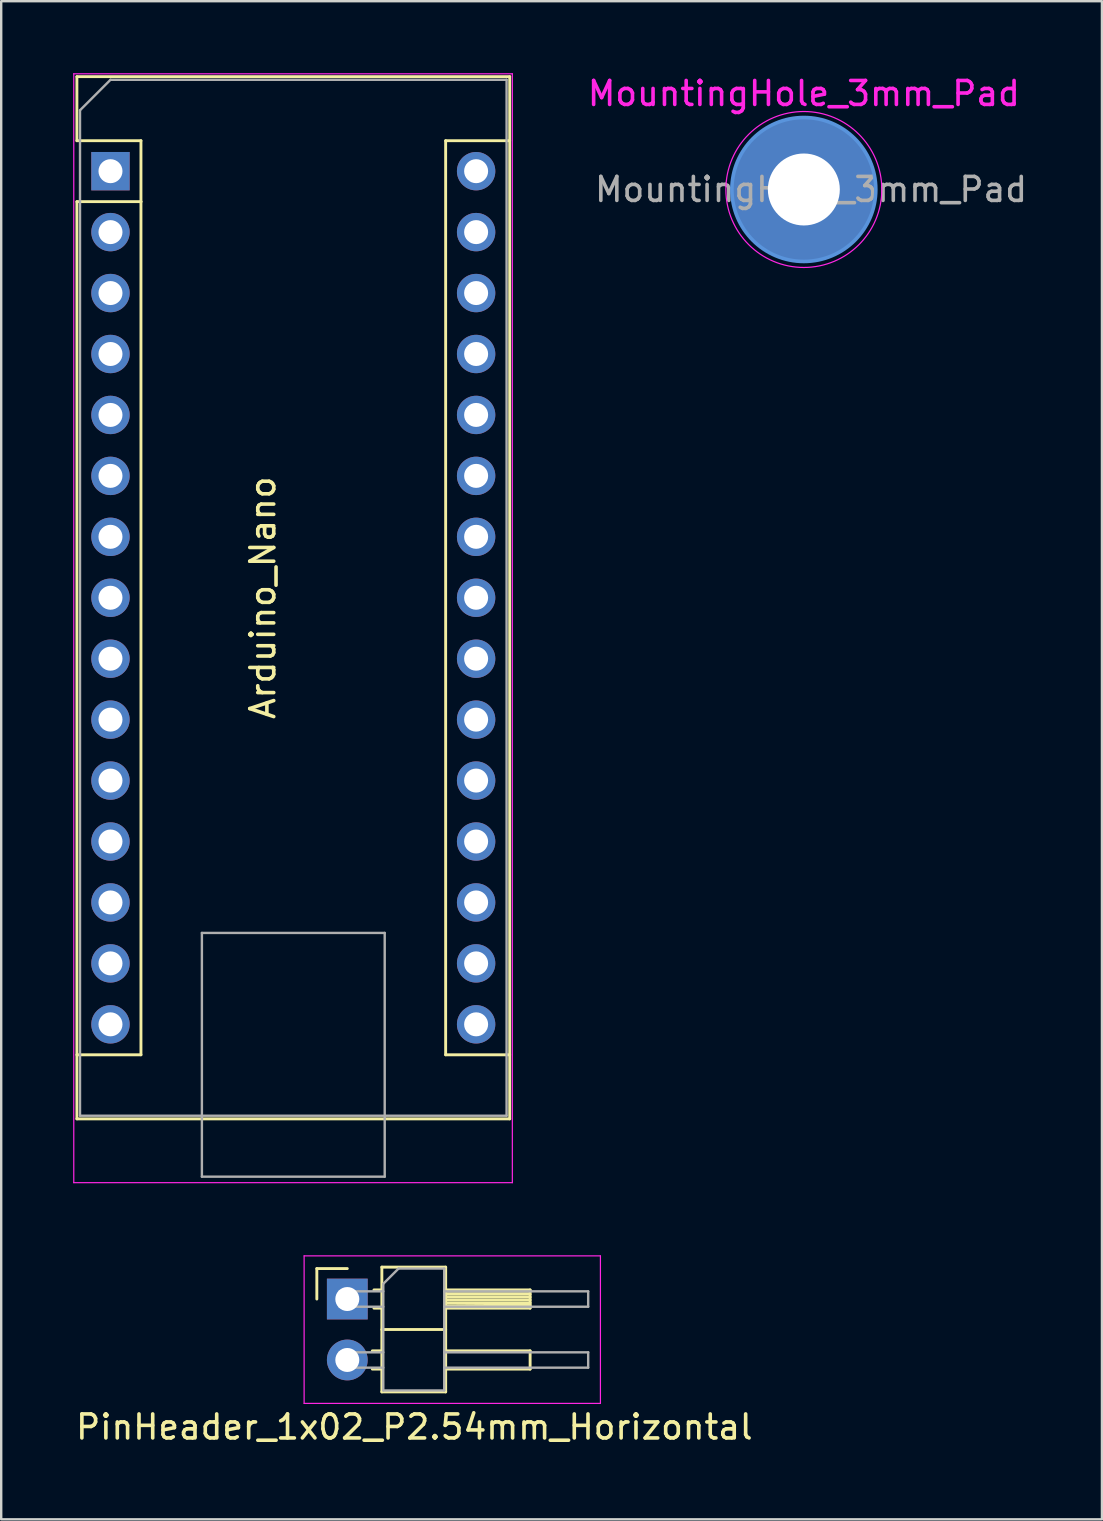
<source format=kicad_pcb>
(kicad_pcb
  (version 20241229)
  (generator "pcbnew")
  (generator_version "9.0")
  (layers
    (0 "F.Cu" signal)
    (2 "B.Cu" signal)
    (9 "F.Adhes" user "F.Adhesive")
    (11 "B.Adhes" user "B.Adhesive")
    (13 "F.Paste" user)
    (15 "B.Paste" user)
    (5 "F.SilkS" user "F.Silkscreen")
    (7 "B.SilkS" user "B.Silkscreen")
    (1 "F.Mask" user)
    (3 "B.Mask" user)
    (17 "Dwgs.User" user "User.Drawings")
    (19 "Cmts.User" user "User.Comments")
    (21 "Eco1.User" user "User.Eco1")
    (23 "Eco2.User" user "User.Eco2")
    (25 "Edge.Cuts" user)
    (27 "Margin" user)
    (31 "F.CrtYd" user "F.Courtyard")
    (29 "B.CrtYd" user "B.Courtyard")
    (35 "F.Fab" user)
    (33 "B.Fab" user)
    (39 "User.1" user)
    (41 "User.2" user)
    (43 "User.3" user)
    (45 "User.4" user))
  (footprint "PinHeader_1x02_P2.54mm_Horizontal"
    (layer "F.Cu")
    (at 11.426 51.095)
    (property "Reference" "PinHeader_1x02_P2.54mm_Horizontal" (at 2.794 5.334 180) (layer "F.SilkS") (effects (font (size 1 1) (thickness 0.15))))
    (attr through_hole)
    (fp_line (start -1.27 -1.27) (end 0 -1.27) (stroke (width 0.12) (type solid)) (layer "F.SilkS"))
    (fp_line (start -1.27 0) (end -1.27 -1.27) (stroke (width 0.12) (type solid)) (layer "F.SilkS"))
    (fp_line (start 1.043 2.16) (end 1.44 2.16) (stroke (width 0.12) (type solid)) (layer "F.SilkS"))
    (fp_line (start 1.043 2.92) (end 1.44 2.92) (stroke (width 0.12) (type solid)) (layer "F.SilkS"))
    (fp_line (start 1.11 -0.38) (end 1.44 -0.38) (stroke (width 0.12) (type solid)) (layer "F.SilkS"))
    (fp_line (start 1.11 0.38) (end 1.44 0.38) (stroke (width 0.12) (type solid)) (layer "F.SilkS"))
    (fp_line (start 1.44 -1.33) (end 1.44 3.87) (stroke (width 0.12) (type solid)) (layer "F.SilkS"))
    (fp_line (start 1.44 1.27) (end 4.1 1.27) (stroke (width 0.12) (type solid)) (layer "F.SilkS"))
    (fp_line (start 1.44 3.87) (end 4.1 3.87) (stroke (width 0.12) (type solid)) (layer "F.SilkS"))
    (fp_line (start 4.1 -1.33) (end 1.44 -1.33) (stroke (width 0.12) (type solid)) (layer "F.SilkS"))
    (fp_line (start 4.1 -0.38) (end 7.62 -0.38) (stroke (width 0.12) (type solid)) (layer "F.SilkS"))
    (fp_line (start 4.1 -0.32) (end 7.62 -0.32) (stroke (width 0.12) (type solid)) (layer "F.SilkS"))
    (fp_line (start 4.1 -0.2) (end 7.62 -0.2) (stroke (width 0.12) (type solid)) (layer "F.SilkS"))
    (fp_line (start 4.1 -0.08) (end 7.62 -0.08) (stroke (width 0.12) (type solid)) (layer "F.SilkS"))
    (fp_line (start 4.1 0.04) (end 7.62 0.04) (stroke (width 0.12) (type solid)) (layer "F.SilkS"))
    (fp_line (start 4.1 0.16) (end 7.62 0.16) (stroke (width 0.12) (type solid)) (layer "F.SilkS"))
    (fp_line (start 4.1 0.28) (end 7.62 0.254) (stroke (width 0.12) (type solid)) (layer "F.SilkS"))
    (fp_line (start 4.1 2.16) (end 7.62 2.16) (stroke (width 0.12) (type solid)) (layer "F.SilkS"))
    (fp_line (start 4.1 3.87) (end 4.1 -1.33) (stroke (width 0.12) (type solid)) (layer "F.SilkS"))
    (fp_line (start 7.62 -0.38) (end 7.62 0.38) (stroke (width 0.12) (type solid)) (layer "F.SilkS"))
    (fp_line (start 7.62 0.38) (end 4.1 0.38) (stroke (width 0.12) (type solid)) (layer "F.SilkS"))
    (fp_line (start 7.62 2.16) (end 7.62 2.92) (stroke (width 0.12) (type solid)) (layer "F.SilkS"))
    (fp_line (start 7.62 2.92) (end 4.1 2.92) (stroke (width 0.12) (type solid)) (layer "F.SilkS"))
    (fp_line (start -1.8 -1.8) (end -1.8 4.35) (stroke (width 0.05) (type solid)) (layer "F.CrtYd"))
    (fp_line (start -1.8 4.35) (end 10.55 4.35) (stroke (width 0.05) (type solid)) (layer "F.CrtYd"))
    (fp_line (start 10.55 -1.8) (end -1.8 -1.8) (stroke (width 0.05) (type solid)) (layer "F.CrtYd"))
    (fp_line (start 10.55 4.35) (end 10.55 -1.8) (stroke (width 0.05) (type solid)) (layer "F.CrtYd"))
    (fp_line (start -0.32 -0.32) (end -0.32 0.32) (stroke (width 0.1) (type solid)) (layer "F.Fab"))
    (fp_line (start -0.32 -0.32) (end 1.5 -0.32) (stroke (width 0.1) (type solid)) (layer "F.Fab"))
    (fp_line (start -0.32 0.32) (end 1.5 0.32) (stroke (width 0.1) (type solid)) (layer "F.Fab"))
    (fp_line (start -0.32 2.22) (end -0.32 2.86) (stroke (width 0.1) (type solid)) (layer "F.Fab"))
    (fp_line (start -0.32 2.22) (end 1.5 2.22) (stroke (width 0.1) (type solid)) (layer "F.Fab"))
    (fp_line (start -0.32 2.86) (end 1.5 2.86) (stroke (width 0.1) (type solid)) (layer "F.Fab"))
    (fp_line (start 1.5 -0.635) (end 2.135 -1.27) (stroke (width 0.1) (type solid)) (layer "F.Fab"))
    (fp_line (start 1.5 3.81) (end 1.5 -0.635) (stroke (width 0.1) (type solid)) (layer "F.Fab"))
    (fp_line (start 2.135 -1.27) (end 4.04 -1.27) (stroke (width 0.1) (type solid)) (layer "F.Fab"))
    (fp_line (start 4.04 -1.27) (end 4.04 3.81) (stroke (width 0.1) (type solid)) (layer "F.Fab"))
    (fp_line (start 4.04 -0.32) (end 10.04 -0.32) (stroke (width 0.1) (type solid)) (layer "F.Fab"))
    (fp_line (start 4.04 0.32) (end 10.04 0.32) (stroke (width 0.1) (type solid)) (layer "F.Fab"))
    (fp_line (start 4.04 2.22) (end 10.04 2.22) (stroke (width 0.1) (type solid)) (layer "F.Fab"))
    (fp_line (start 4.04 2.86) (end 10.04 2.86) (stroke (width 0.1) (type solid)) (layer "F.Fab"))
    (fp_line (start 4.04 3.81) (end 1.5 3.81) (stroke (width 0.1) (type solid)) (layer "F.Fab"))
    (fp_line (start 10.04 -0.32) (end 10.04 0.32) (stroke (width 0.1) (type solid)) (layer "F.Fab"))
    (fp_line (start 10.04 2.22) (end 10.04 2.86) (stroke (width 0.1) (type solid)) (layer "F.Fab"))
    (pad "1" thru_hole rect (at 0 0) (size 1.7 1.7) (drill 1) (layers "*.Cu" "*.Mask"))
    (pad "2" thru_hole oval (at 0 2.54) (size 1.7 1.7) (drill 1) (layers "*.Cu" "*.Mask")))
  (footprint "Arduino_Nano"
    (layer "F.Cu")
    (at 1.555 4.085)
    (property "Reference" "Arduino_Nano" (at 6.35 17.78 270) (layer "F.SilkS") (effects (font (size 1 1) (thickness 0.15))))
    (attr through_hole)
    (fp_line (start -1.4 -3.94) (end -1.4 -1.27) (stroke (width 0.12) (type solid)) (layer "F.SilkS"))
    (fp_line (start -1.4 1.27) (end -1.4 39.5) (stroke (width 0.12) (type solid)) (layer "F.SilkS"))
    (fp_line (start -1.4 39.5) (end 16.64 39.5) (stroke (width 0.12) (type solid)) (layer "F.SilkS"))
    (fp_line (start 1.27 -1.27) (end -1.4 -1.27) (stroke (width 0.12) (type solid)) (layer "F.SilkS"))
    (fp_line (start 1.27 1.27) (end -1.4 1.27) (stroke (width 0.12) (type solid)) (layer "F.SilkS"))
    (fp_line (start 1.27 1.27) (end 1.27 -1.27) (stroke (width 0.12) (type solid)) (layer "F.SilkS"))
    (fp_line (start 1.27 1.27) (end 1.27 36.83) (stroke (width 0.12) (type solid)) (layer "F.SilkS"))
    (fp_line (start 1.27 36.83) (end -1.4 36.83) (stroke (width 0.12) (type solid)) (layer "F.SilkS"))
    (fp_line (start 13.97 -1.27) (end 13.97 36.83) (stroke (width 0.12) (type solid)) (layer "F.SilkS"))
    (fp_line (start 13.97 -1.27) (end 16.64 -1.27) (stroke (width 0.12) (type solid)) (layer "F.SilkS"))
    (fp_line (start 13.97 36.83) (end 16.64 36.83) (stroke (width 0.12) (type solid)) (layer "F.SilkS"))
    (fp_line (start 16.64 -3.94) (end -1.4 -3.94) (stroke (width 0.12) (type solid)) (layer "F.SilkS"))
    (fp_line (start 16.64 39.5) (end 16.64 -3.94) (stroke (width 0.12) (type solid)) (layer "F.SilkS"))
    (fp_line (start -1.53 -4.06) (end -1.53 42.16) (stroke (width 0.05) (type solid)) (layer "F.CrtYd"))
    (fp_line (start -1.53 -4.06) (end 16.75 -4.06) (stroke (width 0.05) (type solid)) (layer "F.CrtYd"))
    (fp_line (start 16.75 42.16) (end -1.53 42.16) (stroke (width 0.05) (type solid)) (layer "F.CrtYd"))
    (fp_line (start 16.75 42.16) (end 16.75 -4.06) (stroke (width 0.05) (type solid)) (layer "F.CrtYd"))
    (fp_line (start -1.27 -2.54) (end 0 -3.81) (stroke (width 0.1) (type solid)) (layer "F.Fab"))
    (fp_line (start -1.27 39.37) (end -1.27 -2.54) (stroke (width 0.1) (type solid)) (layer "F.Fab"))
    (fp_line (start 0 -3.81) (end 16.51 -3.81) (stroke (width 0.1) (type solid)) (layer "F.Fab"))
    (fp_line (start 3.81 31.75) (end 11.43 31.75) (stroke (width 0.1) (type solid)) (layer "F.Fab"))
    (fp_line (start 3.81 41.91) (end 3.81 31.75) (stroke (width 0.1) (type solid)) (layer "F.Fab"))
    (fp_line (start 11.43 31.75) (end 11.43 41.91) (stroke (width 0.1) (type solid)) (layer "F.Fab"))
    (fp_line (start 11.43 41.91) (end 3.81 41.91) (stroke (width 0.1) (type solid)) (layer "F.Fab"))
    (fp_line (start 16.51 -3.81) (end 16.51 39.37) (stroke (width 0.1) (type solid)) (layer "F.Fab"))
    (fp_line (start 16.51 39.37) (end -1.27 39.37) (stroke (width 0.1) (type solid)) (layer "F.Fab"))
    (pad "1" thru_hole rect (at 0 0) (size 1.6 1.6) (drill 1) (layers "*.Cu" "*.Mask"))
    (pad "2" thru_hole oval (at 0 2.54) (size 1.6 1.6) (drill 1) (layers "*.Cu" "*.Mask"))
    (pad "3" thru_hole oval (at 0 5.08) (size 1.6 1.6) (drill 1) (layers "*.Cu" "*.Mask"))
    (pad "4" thru_hole oval (at 0 7.62) (size 1.6 1.6) (drill 1) (layers "*.Cu" "*.Mask"))
    (pad "5" thru_hole oval (at 0 10.16) (size 1.6 1.6) (drill 1) (layers "*.Cu" "*.Mask"))
    (pad "6" thru_hole oval (at 0 12.7) (size 1.6 1.6) (drill 1) (layers "*.Cu" "*.Mask"))
    (pad "7" thru_hole oval (at 0 15.24) (size 1.6 1.6) (drill 1) (layers "*.Cu" "*.Mask"))
    (pad "8" thru_hole oval (at 0 17.78) (size 1.6 1.6) (drill 1) (layers "*.Cu" "*.Mask"))
    (pad "9" thru_hole oval (at 0 20.32) (size 1.6 1.6) (drill 1) (layers "*.Cu" "*.Mask"))
    (pad "10" thru_hole oval (at 0 22.86) (size 1.6 1.6) (drill 1) (layers "*.Cu" "*.Mask"))
    (pad "11" thru_hole oval (at 0 25.4) (size 1.6 1.6) (drill 1) (layers "*.Cu" "*.Mask"))
    (pad "12" thru_hole oval (at 0 27.94) (size 1.6 1.6) (drill 1) (layers "*.Cu" "*.Mask"))
    (pad "13" thru_hole oval (at 0 30.48) (size 1.6 1.6) (drill 1) (layers "*.Cu" "*.Mask"))
    (pad "14" thru_hole oval (at 0 33.02) (size 1.6 1.6) (drill 1) (layers "*.Cu" "*.Mask"))
    (pad "15" thru_hole oval (at 0 35.56) (size 1.6 1.6) (drill 1) (layers "*.Cu" "*.Mask"))
    (pad "16" thru_hole oval (at 15.24 35.56) (size 1.6 1.6) (drill 1) (layers "*.Cu" "*.Mask"))
    (pad "17" thru_hole oval (at 15.24 33.02) (size 1.6 1.6) (drill 1) (layers "*.Cu" "*.Mask"))
    (pad "18" thru_hole oval (at 15.24 30.48) (size 1.6 1.6) (drill 1) (layers "*.Cu" "*.Mask"))
    (pad "19" thru_hole oval (at 15.24 27.94) (size 1.6 1.6) (drill 1) (layers "*.Cu" "*.Mask"))
    (pad "20" thru_hole oval (at 15.24 25.4) (size 1.6 1.6) (drill 1) (layers "*.Cu" "*.Mask"))
    (pad "21" thru_hole oval (at 15.24 22.86) (size 1.6 1.6) (drill 1) (layers "*.Cu" "*.Mask"))
    (pad "22" thru_hole oval (at 15.24 20.32) (size 1.6 1.6) (drill 1) (layers "*.Cu" "*.Mask"))
    (pad "23" thru_hole oval (at 15.24 17.78) (size 1.6 1.6) (drill 1) (layers "*.Cu" "*.Mask"))
    (pad "24" thru_hole oval (at 15.24 15.24) (size 1.6 1.6) (drill 1) (layers "*.Cu" "*.Mask"))
    (pad "25" thru_hole oval (at 15.24 12.7) (size 1.6 1.6) (drill 1) (layers "*.Cu" "*.Mask"))
    (pad "26" thru_hole oval (at 15.24 10.16) (size 1.6 1.6) (drill 1) (layers "*.Cu" "*.Mask"))
    (pad "27" thru_hole oval (at 15.24 7.62) (size 1.6 1.6) (drill 1) (layers "*.Cu" "*.Mask"))
    (pad "28" thru_hole oval (at 15.24 5.08) (size 1.6 1.6) (drill 1) (layers "*.Cu" "*.Mask"))
    (pad "29" thru_hole oval (at 15.24 2.54) (size 1.6 1.6) (drill 1) (layers "*.Cu" "*.Mask"))
    (pad "30" thru_hole oval (at 15.24 0) (size 1.6 1.6) (drill 1) (layers "*.Cu" "*.Mask")))
  (footprint "MountingHole_3mm_Pad"
    (layer "F.Cu")
    (at 30.455 4.848)
    (property "Reference" "MountingHole_3mm_Pad" (at 0 -4 0) (layer "F.CrtYd") (effects (font (size 1 1) (thickness 0.15))))
    (attr exclude_from_pos_files exclude_from_bom)
    (fp_circle (center 0 0) (end 3 0) (stroke (width 0.15) (type solid)) (fill no) (layer "Cmts.User"))
    (fp_circle (center 0 0) (end 3.25 0) (stroke (width 0.05) (type solid)) (fill no) (layer "F.CrtYd"))
    (fp_text user "${REFERENCE}" (at 0.3 0 0) (layer "F.Fab") (effects (font (size 1 1) (thickness 0.15))))
    (pad "1" thru_hole circle (at 0 0) (size 6 6) (drill 3) (layers "*.Cu" "*.Mask")))
  (gr_rect
    (start -3 -3)
    (end 42.88 60.277)
    (stroke (width 0.1) (type default))
    (fill no)
    (layer "Edge.Cuts")))
</source>
